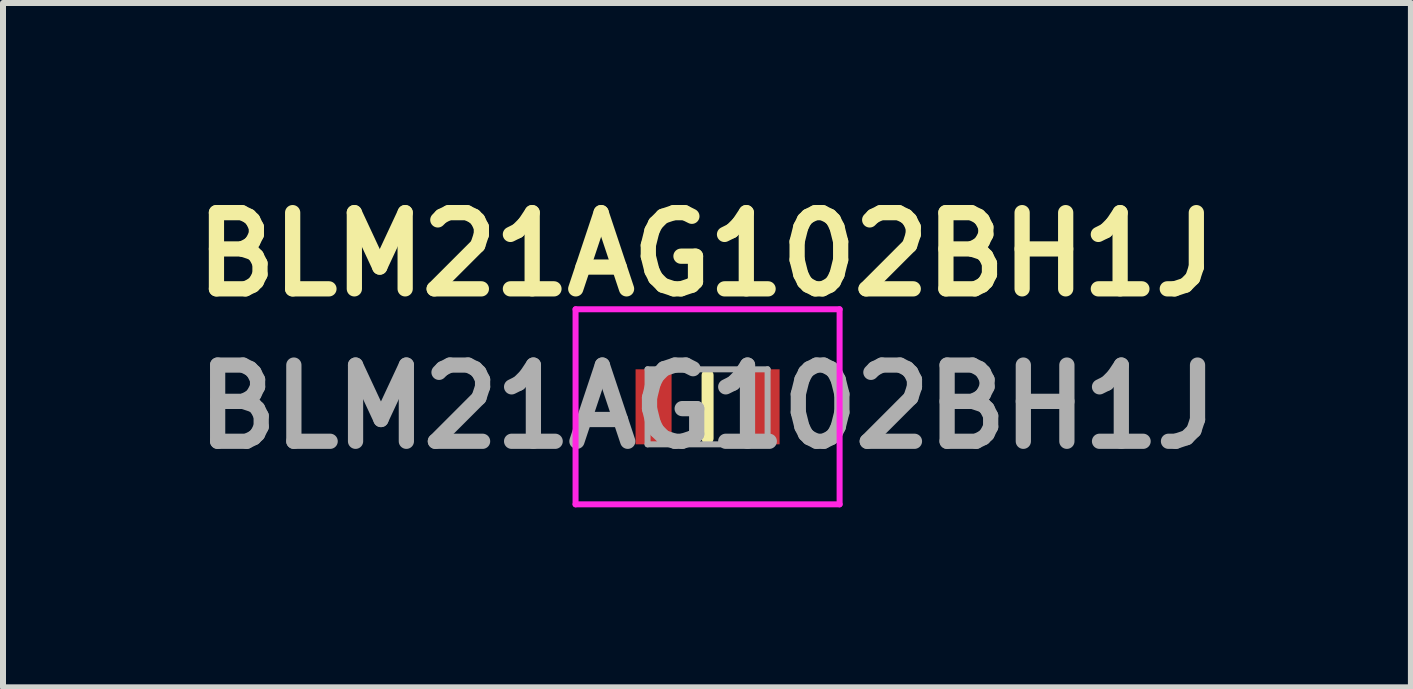
<source format=kicad_pcb>
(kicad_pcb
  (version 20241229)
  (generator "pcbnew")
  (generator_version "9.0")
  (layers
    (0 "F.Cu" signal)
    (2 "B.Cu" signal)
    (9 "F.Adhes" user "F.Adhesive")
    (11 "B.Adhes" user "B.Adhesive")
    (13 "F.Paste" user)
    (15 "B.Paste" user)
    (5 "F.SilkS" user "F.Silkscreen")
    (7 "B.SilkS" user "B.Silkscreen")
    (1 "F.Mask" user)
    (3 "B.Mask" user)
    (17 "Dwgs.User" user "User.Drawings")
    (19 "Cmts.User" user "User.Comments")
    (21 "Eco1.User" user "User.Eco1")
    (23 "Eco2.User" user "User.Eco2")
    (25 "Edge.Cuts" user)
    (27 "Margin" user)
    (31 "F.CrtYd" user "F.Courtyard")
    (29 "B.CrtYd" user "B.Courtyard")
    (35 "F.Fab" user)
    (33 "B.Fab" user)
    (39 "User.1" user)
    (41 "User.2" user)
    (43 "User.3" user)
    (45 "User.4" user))
  (footprint "BLM21AG102BH1J"
    (layer "F.Cu")
    (at 8.741 3.729)
    (property "Reference" "BLM21AG102BH1J" (at -0.02 -2.54 0) (layer "F.SilkS") (effects (font (size 1.27 1.27) (thickness 0.254))))
    (attr smd)
    (fp_line (start 0 -0.525) (end 0 0.525) (stroke (width 0.2) (type solid)) (layer "F.SilkS"))
    (fp_line (start -2.2 -1.625) (end 2.2 -1.625) (stroke (width 0.1) (type solid)) (layer "F.CrtYd"))
    (fp_line (start -2.2 1.625) (end -2.2 -1.625) (stroke (width 0.1) (type solid)) (layer "F.CrtYd"))
    (fp_line (start 2.2 -1.625) (end 2.2 1.625) (stroke (width 0.1) (type solid)) (layer "F.CrtYd"))
    (fp_line (start 2.2 1.625) (end -2.2 1.625) (stroke (width 0.1) (type solid)) (layer "F.CrtYd"))
    (fp_line (start -1 -0.625) (end 1 -0.625) (stroke (width 0.1) (type solid)) (layer "F.Fab"))
    (fp_line (start -1 0.625) (end -1 -0.625) (stroke (width 0.1) (type solid)) (layer "F.Fab"))
    (fp_line (start 1 -0.625) (end 1 0.625) (stroke (width 0.1) (type solid)) (layer "F.Fab"))
    (fp_line (start 1 0.625) (end -1 0.625) (stroke (width 0.1) (type solid)) (layer "F.Fab"))
    (fp_text user "${REFERENCE}" (at 0 0 0) (layer "F.Fab") (effects (font (size 1.27 1.27) (thickness 0.254))))
    (pad "1" smd rect (at -0.9 0) (size 0.6 1.25) (layers "F.Cu" "F.Mask" "F.Paste"))
    (pad "2" smd rect (at 0.9 0) (size 0.6 1.25) (layers "F.Cu" "F.Mask" "F.Paste")))
  (gr_rect
    (start -3 -3)
    (end 20.461 8.404)
    (stroke (width 0.1) (type default))
    (fill no)
    (layer "Edge.Cuts")))
</source>
